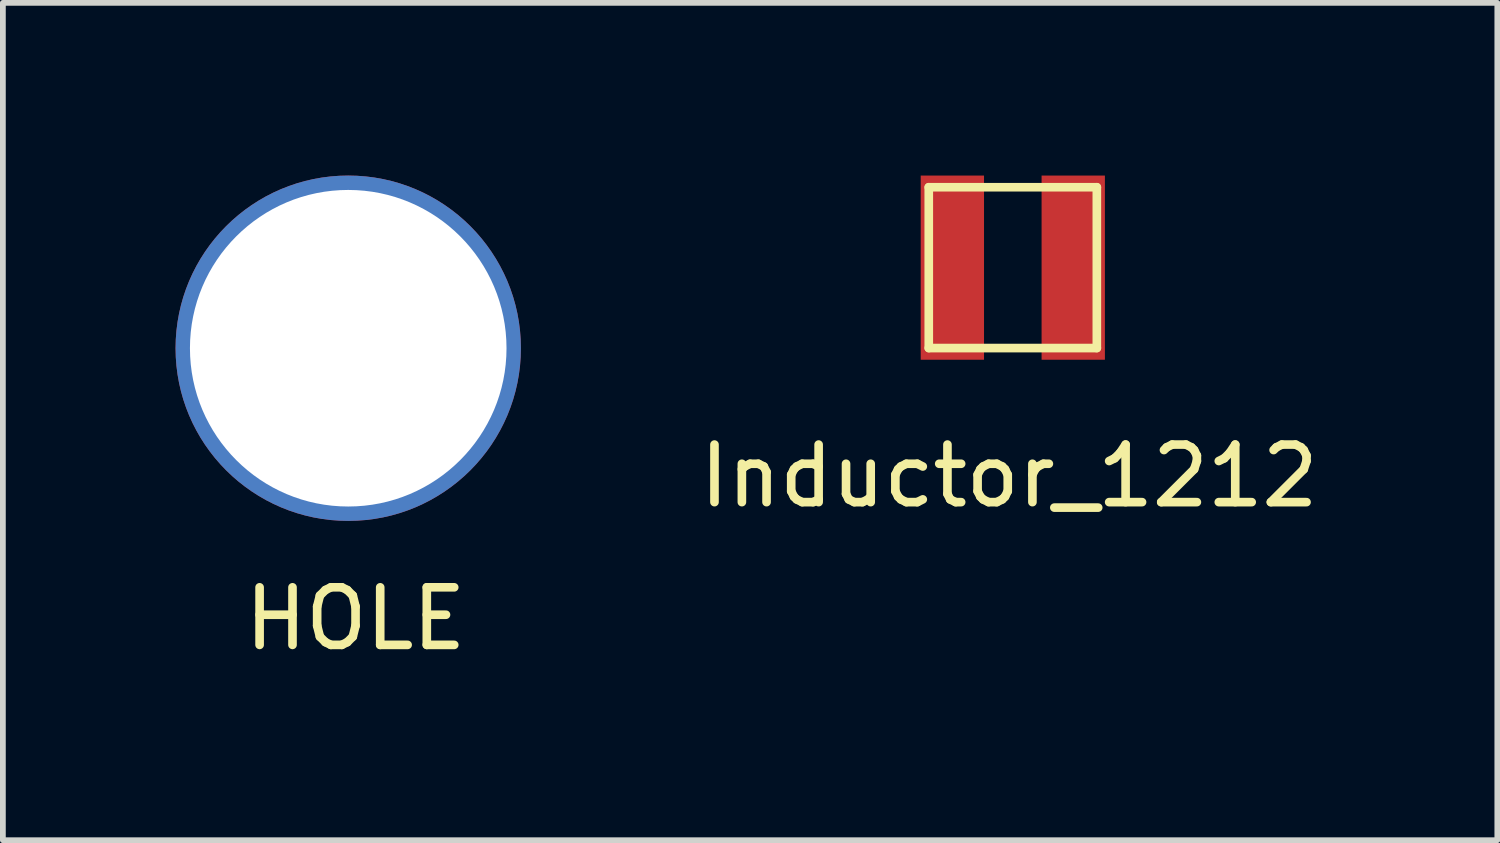
<source format=kicad_pcb>
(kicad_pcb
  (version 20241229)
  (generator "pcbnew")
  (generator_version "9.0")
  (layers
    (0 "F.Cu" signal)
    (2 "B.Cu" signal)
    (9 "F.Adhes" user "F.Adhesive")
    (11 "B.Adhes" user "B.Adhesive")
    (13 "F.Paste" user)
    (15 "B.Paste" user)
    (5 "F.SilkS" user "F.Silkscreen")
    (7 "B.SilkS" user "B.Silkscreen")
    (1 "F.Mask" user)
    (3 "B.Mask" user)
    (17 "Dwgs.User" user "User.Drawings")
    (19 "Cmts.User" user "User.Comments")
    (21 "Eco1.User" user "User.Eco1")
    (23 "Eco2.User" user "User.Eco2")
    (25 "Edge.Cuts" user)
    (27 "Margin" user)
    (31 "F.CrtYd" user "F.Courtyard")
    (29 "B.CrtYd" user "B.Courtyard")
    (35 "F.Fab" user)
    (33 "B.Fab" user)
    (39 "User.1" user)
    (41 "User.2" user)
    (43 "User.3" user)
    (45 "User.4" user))
  (footprint "Inductor_1212"
    (layer "F.Cu")
    (at 14.546 1.6)
    (property "Reference" "Inductor_1212" (at -0.064 3.619 0) (layer "F.SilkS") (effects (font (size 1 1) (thickness 0.15))))
    (attr through_hole)
    (fp_line (start -1.46 -1.397) (end -1.46 1.397) (stroke (width 0.15) (type solid)) (layer "F.SilkS"))
    (fp_line (start -1.46 1.397) (end 1.46 1.397) (stroke (width 0.15) (type solid)) (layer "F.SilkS"))
    (fp_line (start 1.46 -1.397) (end -1.46 -1.397) (stroke (width 0.15) (type solid)) (layer "F.SilkS"))
    (fp_line (start 1.46 1.397) (end 1.46 -1.397) (stroke (width 0.15) (type solid)) (layer "F.SilkS"))
    (pad "1" smd rect (at -1.05 0) (size 1.1 3.2) (layers "F.Cu" "F.Mask" "F.Paste"))
    (pad "2" smd rect (at 1.05 0) (size 1.1 3.2) (layers "F.Cu" "F.Mask" "F.Paste")))
  (footprint "HOLE"
    (layer "F.Cu")
    (at 3 3)
    (property "Reference" "HOLE" (at 0.127 4.699 0) (layer "F.SilkS") (effects (font (size 1 1) (thickness 0.15))))
    (attr through_hole)
    (pad "1" thru_hole circle (at 0 0) (size 6 6) (drill 5.5) (layers "*.Cu" "*.Mask")))
  (gr_rect
    (start -3 -3)
    (end 22.964 11.547)
    (stroke (width 0.1) (type default))
    (fill no)
    (layer "Edge.Cuts")))
</source>
